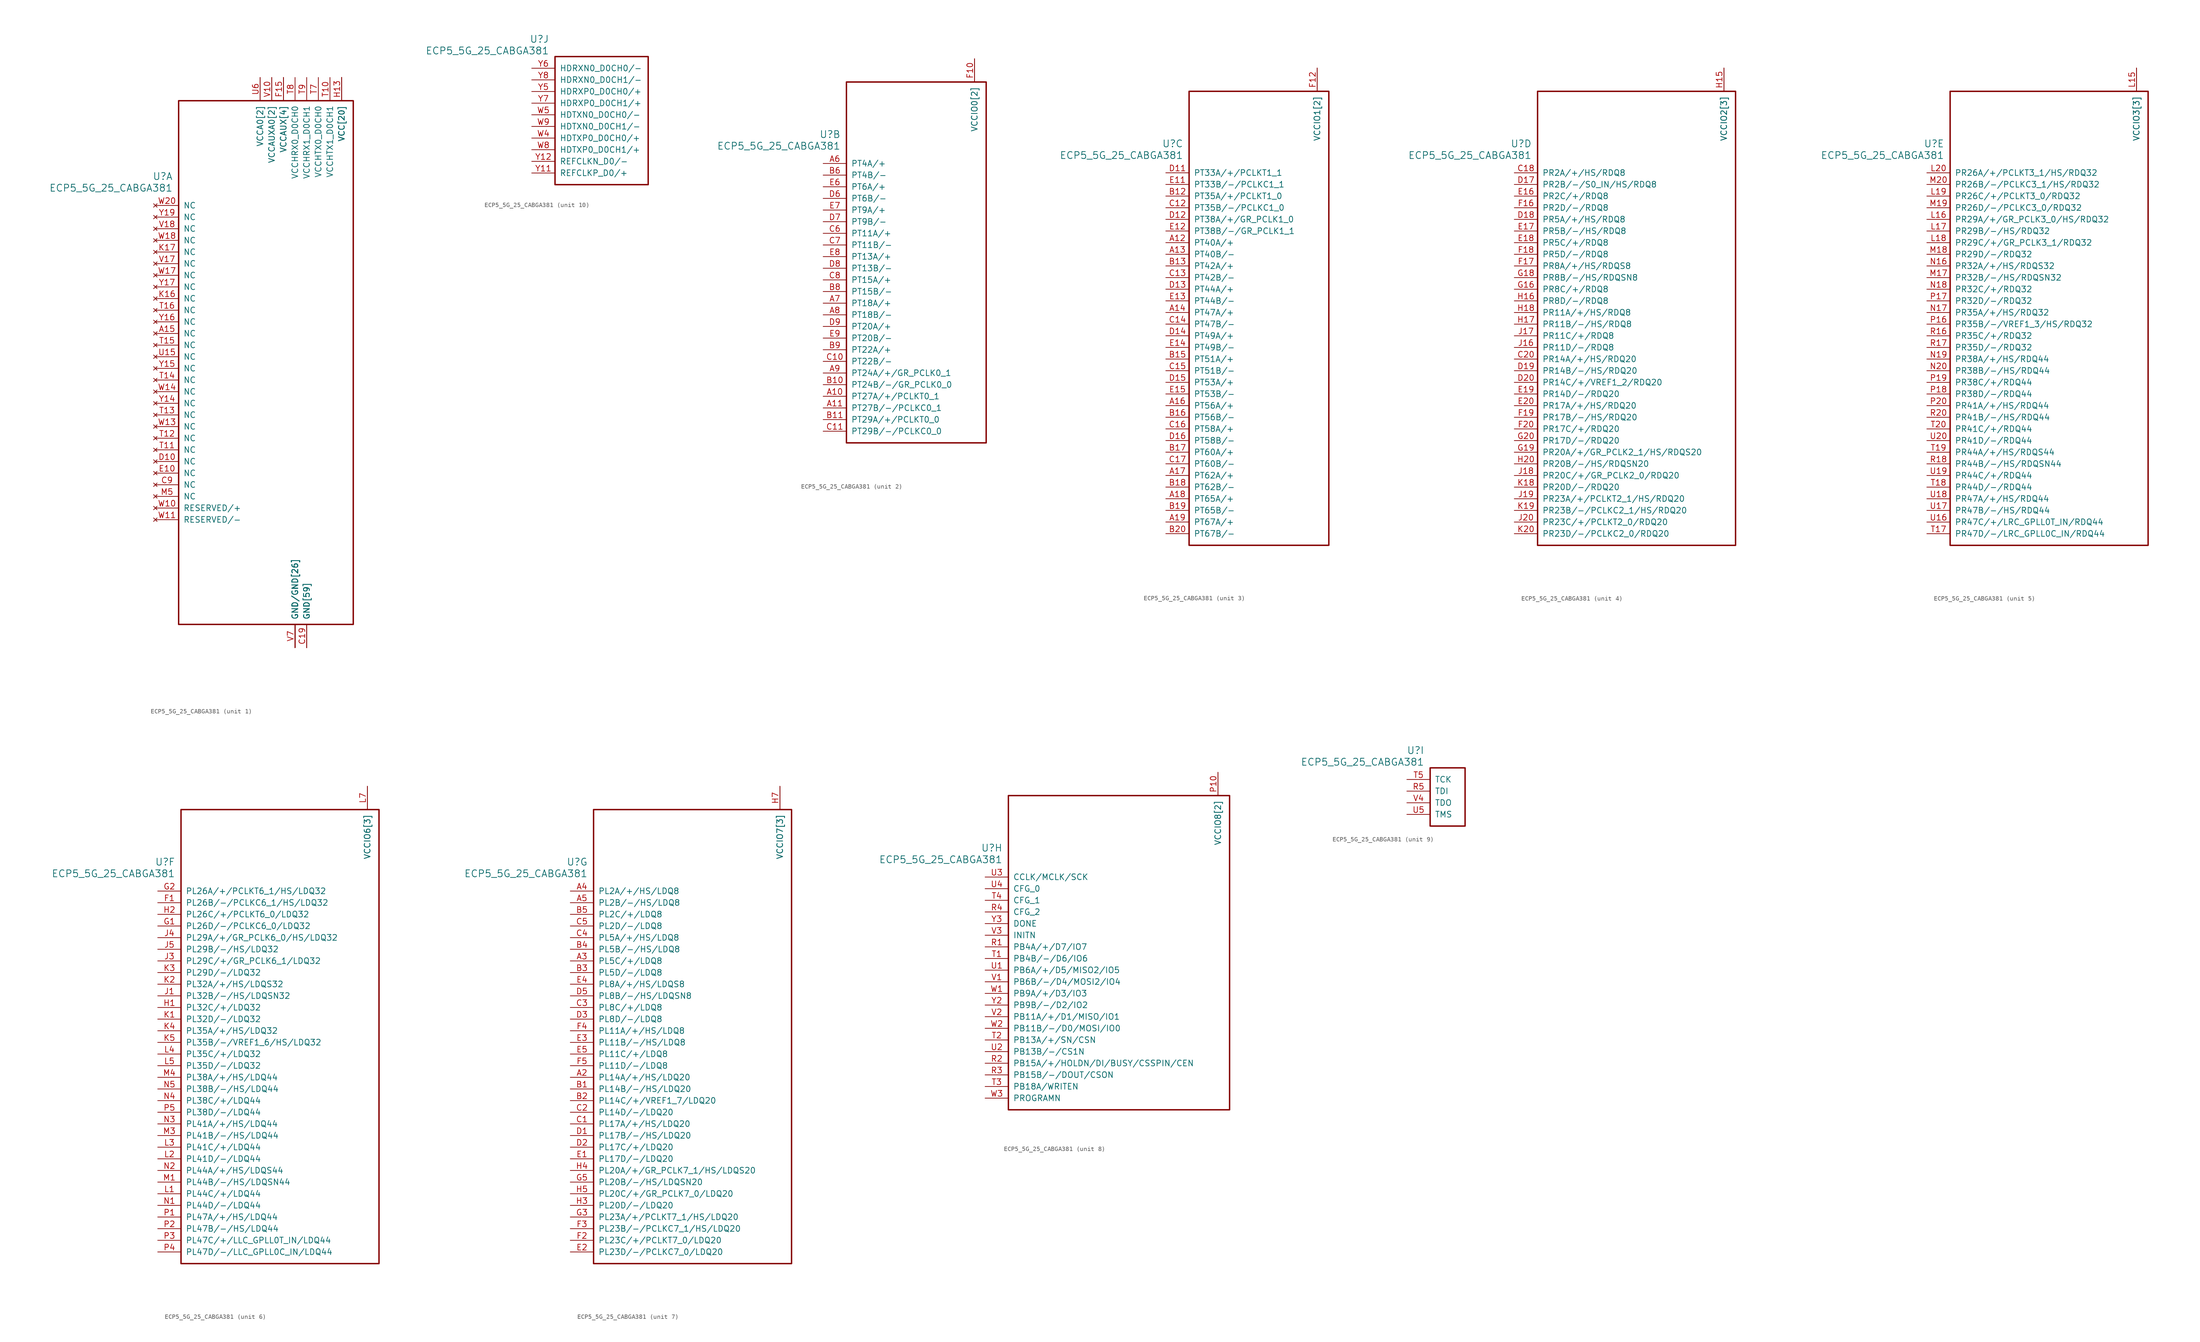
<source format=kicad_sym>
(kicad_symbol_lib
  (version 20241209)
  (generator "kicad_symbol_editor")
  (generator_version "9.0")
  (symbol "ECP5_5G_25_CABGA381"
    (pin_names
      (offset 1.016))
    (property "Reference" "U"
      (at 3.81 6.35 0)
      (effects (font (size 1.524 1.524)) (justify right)))
    (property "Value" "ECP5_5G_25_CABGA381"
      (at 3.81 3.81 0)
      (effects (font (size 1.524 1.524)) (justify right)))
    (property "ki_locked" ""
      (at 0 0 0)
      (effects (font (size 1.27 1.27))))
    (symbol "ECP5_5G_25_CABGA381_1_1"
      (rectangle (start 5.08 22.86) (end 43.18 -91.44) (stroke (width 0.305) (type solid)) (fill (type none)))
      (pin no_connect line (at 0 0 0) (length 5.08) (name "NC" (effects (font (size 1.27 1.27)))) (number "W20" (effects (font (size 1.27 1.27)))))
      (pin no_connect line (at 0 -2.54 0) (length 5.08) (name "NC" (effects (font (size 1.27 1.27)))) (number "Y19" (effects (font (size 1.27 1.27)))))
      (pin no_connect line (at 0 -5.08 0) (length 5.08) (name "NC" (effects (font (size 1.27 1.27)))) (number "V18" (effects (font (size 1.27 1.27)))))
      (pin no_connect line (at 0 -7.62 0) (length 5.08) (name "NC" (effects (font (size 1.27 1.27)))) (number "W18" (effects (font (size 1.27 1.27)))))
      (pin no_connect line (at 0 -10.16 0) (length 5.08) (name "NC" (effects (font (size 1.27 1.27)))) (number "K17" (effects (font (size 1.27 1.27)))))
      (pin no_connect line (at 0 -12.7 0) (length 5.08) (name "NC" (effects (font (size 1.27 1.27)))) (number "V17" (effects (font (size 1.27 1.27)))))
      (pin no_connect line (at 0 -15.24 0) (length 5.08) (name "NC" (effects (font (size 1.27 1.27)))) (number "W17" (effects (font (size 1.27 1.27)))))
      (pin no_connect line (at 0 -17.78 0) (length 5.08) (name "NC" (effects (font (size 1.27 1.27)))) (number "Y17" (effects (font (size 1.27 1.27)))))
      (pin no_connect line (at 0 -20.32 0) (length 5.08) (name "NC" (effects (font (size 1.27 1.27)))) (number "K16" (effects (font (size 1.27 1.27)))))
      (pin no_connect line (at 0 -22.86 0) (length 5.08) (name "NC" (effects (font (size 1.27 1.27)))) (number "T16" (effects (font (size 1.27 1.27)))))
      (pin no_connect line (at 0 -25.4 0) (length 5.08) (name "NC" (effects (font (size 1.27 1.27)))) (number "Y16" (effects (font (size 1.27 1.27)))))
      (pin no_connect line (at 0 -27.94 0) (length 5.08) (name "NC" (effects (font (size 1.27 1.27)))) (number "A15" (effects (font (size 1.27 1.27)))))
      (pin no_connect line (at 0 -30.48 0) (length 5.08) (name "NC" (effects (font (size 1.27 1.27)))) (number "T15" (effects (font (size 1.27 1.27)))))
      (pin no_connect line (at 0 -33.02 0) (length 5.08) (name "NC" (effects (font (size 1.27 1.27)))) (number "U15" (effects (font (size 1.27 1.27)))))
      (pin no_connect line (at 0 -35.56 0) (length 5.08) (name "NC" (effects (font (size 1.27 1.27)))) (number "Y15" (effects (font (size 1.27 1.27)))))
      (pin no_connect line (at 0 -38.1 0) (length 5.08) (name "NC" (effects (font (size 1.27 1.27)))) (number "T14" (effects (font (size 1.27 1.27)))))
      (pin no_connect line (at 0 -40.64 0) (length 5.08) (name "NC" (effects (font (size 1.27 1.27)))) (number "W14" (effects (font (size 1.27 1.27)))))
      (pin no_connect line (at 0 -43.18 0) (length 5.08) (name "NC" (effects (font (size 1.27 1.27)))) (number "Y14" (effects (font (size 1.27 1.27)))))
      (pin no_connect line (at 0 -45.72 0) (length 5.08) (name "NC" (effects (font (size 1.27 1.27)))) (number "T13" (effects (font (size 1.27 1.27)))))
      (pin no_connect line (at 0 -48.26 0) (length 5.08) (name "NC" (effects (font (size 1.27 1.27)))) (number "W13" (effects (font (size 1.27 1.27)))))
      (pin no_connect line (at 0 -50.8 0) (length 5.08) (name "NC" (effects (font (size 1.27 1.27)))) (number "T12" (effects (font (size 1.27 1.27)))))
      (pin no_connect line (at 0 -53.34 0) (length 5.08) (name "NC" (effects (font (size 1.27 1.27)))) (number "T11" (effects (font (size 1.27 1.27)))))
      (pin no_connect line (at 0 -55.88 0) (length 5.08) (name "NC" (effects (font (size 1.27 1.27)))) (number "D10" (effects (font (size 1.27 1.27)))))
      (pin no_connect line (at 0 -58.42 0) (length 5.08) (name "NC" (effects (font (size 1.27 1.27)))) (number "E10" (effects (font (size 1.27 1.27)))))
      (pin no_connect line (at 0 -60.96 0) (length 5.08) (name "NC" (effects (font (size 1.27 1.27)))) (number "C9" (effects (font (size 1.27 1.27)))))
      (pin no_connect line (at 0 -63.5 0) (length 5.08) (name "NC" (effects (font (size 1.27 1.27)))) (number "M5" (effects (font (size 1.27 1.27)))))
      (pin no_connect line (at 0 -66.04 0) (length 5.08) (name "RESERVED/+" (effects (font (size 1.27 1.27)))) (number "W10" (effects (font (size 1.27 1.27)))))
      (pin no_connect line (at 0 -68.58 0) (length 5.08) (name "RESERVED/-" (effects (font (size 1.27 1.27)))) (number "W11" (effects (font (size 1.27 1.27)))))
      (pin power_in line (at 22.86 27.94 270) (length 5.08) (name "VCCA0[2]" (effects (font (size 1.27 1.27)))) (number "T6" (effects (font (size 0 0)))))
      (pin power_in line (at 22.86 27.94 270) (length 5.08) (name "VCCA0[2]" (effects (font (size 1.27 1.27)))) (number "U6" (effects (font (size 1.27 1.27)))))
      (pin power_in line (at 25.4 27.94 270) (length 5.08) (name "VCCAUXA0[2]" (effects (font (size 1.27 1.27)))) (number "V10" (effects (font (size 1.27 1.27)))))
      (pin power_in line (at 25.4 27.94 270) (length 5.08) (name "VCCAUXA0[2]" (effects (font (size 1.27 1.27)))) (number "V11" (effects (font (size 0 0)))))
      (pin power_in line (at 27.94 27.94 270) (length 5.08) (name "VCCAUX[4]" (effects (font (size 1.27 1.27)))) (number "F15" (effects (font (size 1.27 1.27)))))
      (pin power_in line (at 27.94 27.94 270) (length 5.08) (name "VCCAUX[4]" (effects (font (size 1.27 1.27)))) (number "F6" (effects (font (size 0 0)))))
      (pin power_in line (at 27.94 27.94 270) (length 5.08) (name "VCCAUX[4]" (effects (font (size 1.27 1.27)))) (number "P15" (effects (font (size 0 0)))))
      (pin power_in line (at 27.94 27.94 270) (length 5.08) (name "VCCAUX[4]" (effects (font (size 1.27 1.27)))) (number "P6" (effects (font (size 0 0)))))
      (pin power_in line (at 30.48 27.94 270) (length 5.08) (name "VCCHRX0_D0CH0" (effects (font (size 1.27 1.27)))) (number "T8" (effects (font (size 1.27 1.27)))))
      (pin power_in line (at 30.48 -96.52 90) (length 5.08) (name "GND/GND[26]" (effects (font (size 1.27 1.27)))) (number "U10" (effects (font (size 0 0)))))
      (pin power_in line (at 30.48 -96.52 90) (length 5.08) (name "GND/GND[26]" (effects (font (size 1.27 1.27)))) (number "U11" (effects (font (size 0 0)))))
      (pin power_in line (at 30.48 -96.52 90) (length 5.08) (name "GND/GND[26]" (effects (font (size 1.27 1.27)))) (number "U12" (effects (font (size 0 0)))))
      (pin power_in line (at 30.48 -96.52 90) (length 5.08) (name "GND/GND[26]" (effects (font (size 1.27 1.27)))) (number "U13" (effects (font (size 0 0)))))
      (pin power_in line (at 30.48 -96.52 90) (length 5.08) (name "GND/GND[26]" (effects (font (size 1.27 1.27)))) (number "U14" (effects (font (size 0 0)))))
      (pin power_in line (at 30.48 -96.52 90) (length 5.08) (name "GND/GND[26]" (effects (font (size 1.27 1.27)))) (number "U7" (effects (font (size 0 0)))))
      (pin power_in line (at 30.48 -96.52 90) (length 5.08) (name "GND/GND[26]" (effects (font (size 1.27 1.27)))) (number "U8" (effects (font (size 0 0)))))
      (pin power_in line (at 30.48 -96.52 90) (length 5.08) (name "GND/GND[26]" (effects (font (size 1.27 1.27)))) (number "U9" (effects (font (size 0 0)))))
      (pin power_in line (at 30.48 -96.52 90) (length 5.08) (name "GND/GND[26]" (effects (font (size 1.27 1.27)))) (number "V12" (effects (font (size 0 0)))))
      (pin power_in line (at 30.48 -96.52 90) (length 5.08) (name "GND/GND[26]" (effects (font (size 1.27 1.27)))) (number "V13" (effects (font (size 0 0)))))
      (pin power_in line (at 30.48 -96.52 90) (length 5.08) (name "GND/GND[26]" (effects (font (size 1.27 1.27)))) (number "V14" (effects (font (size 0 0)))))
      (pin power_in line (at 30.48 -96.52 90) (length 5.08) (name "GND/GND[26]" (effects (font (size 1.27 1.27)))) (number "V15" (effects (font (size 0 0)))))
      (pin power_in line (at 30.48 -96.52 90) (length 5.08) (name "GND/GND[26]" (effects (font (size 1.27 1.27)))) (number "V16" (effects (font (size 0 0)))))
      (pin power_in line (at 30.48 -96.52 90) (length 5.08) (name "GND/GND[26]" (effects (font (size 1.27 1.27)))) (number "V19" (effects (font (size 0 0)))))
      (pin power_in line (at 30.48 -96.52 90) (length 5.08) (name "GND/GND[26]" (effects (font (size 1.27 1.27)))) (number "V20" (effects (font (size 0 0)))))
      (pin power_in line (at 30.48 -96.52 90) (length 5.08) (name "GND/GND[26]" (effects (font (size 1.27 1.27)))) (number "V5" (effects (font (size 0 0)))))
      (pin power_in line (at 30.48 -96.52 90) (length 5.08) (name "GND/GND[26]" (effects (font (size 1.27 1.27)))) (number "V6" (effects (font (size 0 0)))))
      (pin power_in line (at 30.48 -96.52 90) (length 5.08) (name "GND/GND[26]" (effects (font (size 1.27 1.27)))) (number "V7" (effects (font (size 1.27 1.27)))))
      (pin power_in line (at 30.48 -96.52 90) (length 5.08) (name "GND/GND[26]" (effects (font (size 1.27 1.27)))) (number "V8" (effects (font (size 0 0)))))
      (pin power_in line (at 30.48 -96.52 90) (length 5.08) (name "GND/GND[26]" (effects (font (size 1.27 1.27)))) (number "V9" (effects (font (size 0 0)))))
      (pin power_in line (at 30.48 -96.52 90) (length 5.08) (name "GND/GND[26]" (effects (font (size 1.27 1.27)))) (number "W12" (effects (font (size 0 0)))))
      (pin power_in line (at 30.48 -96.52 90) (length 5.08) (name "GND/GND[26]" (effects (font (size 1.27 1.27)))) (number "W15" (effects (font (size 0 0)))))
      (pin power_in line (at 30.48 -96.52 90) (length 5.08) (name "GND/GND[26]" (effects (font (size 1.27 1.27)))) (number "W16" (effects (font (size 0 0)))))
      (pin power_in line (at 30.48 -96.52 90) (length 5.08) (name "GND/GND[26]" (effects (font (size 1.27 1.27)))) (number "W19" (effects (font (size 0 0)))))
      (pin power_in line (at 30.48 -96.52 90) (length 5.08) (name "GND/GND[26]" (effects (font (size 1.27 1.27)))) (number "W6" (effects (font (size 0 0)))))
      (pin power_in line (at 30.48 -96.52 90) (length 5.08) (name "GND/GND[26]" (effects (font (size 1.27 1.27)))) (number "W7" (effects (font (size 0 0)))))
      (pin power_in line (at 33.02 27.94 270) (length 5.08) (name "VCCHRX1_D0CH1" (effects (font (size 1.27 1.27)))) (number "T9" (effects (font (size 1.27 1.27)))))
      (pin power_in line (at 33.02 -96.52 90) (length 5.08) (name "GND[59]" (effects (font (size 1.27 1.27)))) (number "B14" (effects (font (size 0 0)))))
      (pin power_in line (at 33.02 -96.52 90) (length 5.08) (name "GND[59]" (effects (font (size 1.27 1.27)))) (number "B7" (effects (font (size 0 0)))))
      (pin power_in line (at 33.02 -96.52 90) (length 5.08) (name "GND[59]" (effects (font (size 1.27 1.27)))) (number "C19" (effects (font (size 1.27 1.27)))))
      (pin power_in line (at 33.02 -96.52 90) (length 5.08) (name "GND[59]" (effects (font (size 1.27 1.27)))) (number "D4" (effects (font (size 0 0)))))
      (pin power_in line (at 33.02 -96.52 90) (length 5.08) (name "GND[59]" (effects (font (size 1.27 1.27)))) (number "F13" (effects (font (size 0 0)))))
      (pin power_in line (at 33.02 -96.52 90) (length 5.08) (name "GND[59]" (effects (font (size 1.27 1.27)))) (number "F14" (effects (font (size 0 0)))))
      (pin power_in line (at 33.02 -96.52 90) (length 5.08) (name "GND[59]" (effects (font (size 1.27 1.27)))) (number "F7" (effects (font (size 0 0)))))
      (pin power_in line (at 33.02 -96.52 90) (length 5.08) (name "GND[59]" (effects (font (size 1.27 1.27)))) (number "F8" (effects (font (size 0 0)))))
      (pin power_in line (at 33.02 -96.52 90) (length 5.08) (name "GND[59]" (effects (font (size 1.27 1.27)))) (number "G10" (effects (font (size 0 0)))))
      (pin power_in line (at 33.02 -96.52 90) (length 5.08) (name "GND[59]" (effects (font (size 1.27 1.27)))) (number "G11" (effects (font (size 0 0)))))
      (pin power_in line (at 33.02 -96.52 90) (length 5.08) (name "GND[59]" (effects (font (size 1.27 1.27)))) (number "G12" (effects (font (size 0 0)))))
      (pin power_in line (at 33.02 -96.52 90) (length 5.08) (name "GND[59]" (effects (font (size 1.27 1.27)))) (number "G13" (effects (font (size 0 0)))))
      (pin power_in line (at 33.02 -96.52 90) (length 5.08) (name "GND[59]" (effects (font (size 1.27 1.27)))) (number "G14" (effects (font (size 0 0)))))
      (pin power_in line (at 33.02 -96.52 90) (length 5.08) (name "GND[59]" (effects (font (size 1.27 1.27)))) (number "G15" (effects (font (size 0 0)))))
      (pin power_in line (at 33.02 -96.52 90) (length 5.08) (name "GND[59]" (effects (font (size 1.27 1.27)))) (number "G17" (effects (font (size 0 0)))))
      (pin power_in line (at 33.02 -96.52 90) (length 5.08) (name "GND[59]" (effects (font (size 1.27 1.27)))) (number "G4" (effects (font (size 0 0)))))
      (pin power_in line (at 33.02 -96.52 90) (length 5.08) (name "GND[59]" (effects (font (size 1.27 1.27)))) (number "G6" (effects (font (size 0 0)))))
      (pin power_in line (at 33.02 -96.52 90) (length 5.08) (name "GND[59]" (effects (font (size 1.27 1.27)))) (number "G7" (effects (font (size 0 0)))))
      (pin power_in line (at 33.02 -96.52 90) (length 5.08) (name "GND[59]" (effects (font (size 1.27 1.27)))) (number "G8" (effects (font (size 0 0)))))
      (pin power_in line (at 33.02 -96.52 90) (length 5.08) (name "GND[59]" (effects (font (size 1.27 1.27)))) (number "G9" (effects (font (size 0 0)))))
      (pin power_in line (at 33.02 -96.52 90) (length 5.08) (name "GND[59]" (effects (font (size 1.27 1.27)))) (number "H19" (effects (font (size 0 0)))))
      (pin power_in line (at 33.02 -96.52 90) (length 5.08) (name "GND[59]" (effects (font (size 1.27 1.27)))) (number "J10" (effects (font (size 0 0)))))
      (pin power_in line (at 33.02 -96.52 90) (length 5.08) (name "GND[59]" (effects (font (size 1.27 1.27)))) (number "J11" (effects (font (size 0 0)))))
      (pin power_in line (at 33.02 -96.52 90) (length 5.08) (name "GND[59]" (effects (font (size 1.27 1.27)))) (number "J12" (effects (font (size 0 0)))))
      (pin power_in line (at 33.02 -96.52 90) (length 5.08) (name "GND[59]" (effects (font (size 1.27 1.27)))) (number "J14" (effects (font (size 0 0)))))
      (pin power_in line (at 33.02 -96.52 90) (length 5.08) (name "GND[59]" (effects (font (size 1.27 1.27)))) (number "J2" (effects (font (size 0 0)))))
      (pin power_in line (at 33.02 -96.52 90) (length 5.08) (name "GND[59]" (effects (font (size 1.27 1.27)))) (number "J7" (effects (font (size 0 0)))))
      (pin power_in line (at 33.02 -96.52 90) (length 5.08) (name "GND[59]" (effects (font (size 1.27 1.27)))) (number "J9" (effects (font (size 0 0)))))
      (pin power_in line (at 33.02 -96.52 90) (length 5.08) (name "GND[59]" (effects (font (size 1.27 1.27)))) (number "K10" (effects (font (size 0 0)))))
      (pin power_in line (at 33.02 -96.52 90) (length 5.08) (name "GND[59]" (effects (font (size 1.27 1.27)))) (number "K11" (effects (font (size 0 0)))))
      (pin power_in line (at 33.02 -96.52 90) (length 5.08) (name "GND[59]" (effects (font (size 1.27 1.27)))) (number "K12" (effects (font (size 0 0)))))
      (pin power_in line (at 33.02 -96.52 90) (length 5.08) (name "GND[59]" (effects (font (size 1.27 1.27)))) (number "K14" (effects (font (size 0 0)))))
      (pin power_in line (at 33.02 -96.52 90) (length 5.08) (name "GND[59]" (effects (font (size 1.27 1.27)))) (number "K15" (effects (font (size 0 0)))))
      (pin power_in line (at 33.02 -96.52 90) (length 5.08) (name "GND[59]" (effects (font (size 1.27 1.27)))) (number "K6" (effects (font (size 0 0)))))
      (pin power_in line (at 33.02 -96.52 90) (length 5.08) (name "GND[59]" (effects (font (size 1.27 1.27)))) (number "K7" (effects (font (size 0 0)))))
      (pin power_in line (at 33.02 -96.52 90) (length 5.08) (name "GND[59]" (effects (font (size 1.27 1.27)))) (number "K9" (effects (font (size 0 0)))))
      (pin power_in line (at 33.02 -96.52 90) (length 5.08) (name "GND[59]" (effects (font (size 1.27 1.27)))) (number "L10" (effects (font (size 0 0)))))
      (pin power_in line (at 33.02 -96.52 90) (length 5.08) (name "GND[59]" (effects (font (size 1.27 1.27)))) (number "L11" (effects (font (size 0 0)))))
      (pin power_in line (at 33.02 -96.52 90) (length 5.08) (name "GND[59]" (effects (font (size 1.27 1.27)))) (number "L12" (effects (font (size 0 0)))))
      (pin power_in line (at 33.02 -96.52 90) (length 5.08) (name "GND[59]" (effects (font (size 1.27 1.27)))) (number "L9" (effects (font (size 0 0)))))
      (pin power_in line (at 33.02 -96.52 90) (length 5.08) (name "GND[59]" (effects (font (size 1.27 1.27)))) (number "M10" (effects (font (size 0 0)))))
      (pin power_in line (at 33.02 -96.52 90) (length 5.08) (name "GND[59]" (effects (font (size 1.27 1.27)))) (number "M11" (effects (font (size 0 0)))))
      (pin power_in line (at 33.02 -96.52 90) (length 5.08) (name "GND[59]" (effects (font (size 1.27 1.27)))) (number "M12" (effects (font (size 0 0)))))
      (pin power_in line (at 33.02 -96.52 90) (length 5.08) (name "GND[59]" (effects (font (size 1.27 1.27)))) (number "M14" (effects (font (size 0 0)))))
      (pin power_in line (at 33.02 -96.52 90) (length 5.08) (name "GND[59]" (effects (font (size 1.27 1.27)))) (number "M16" (effects (font (size 0 0)))))
      (pin power_in line (at 33.02 -96.52 90) (length 5.08) (name "GND[59]" (effects (font (size 1.27 1.27)))) (number "M2" (effects (font (size 0 0)))))
      (pin power_in line (at 33.02 -96.52 90) (length 5.08) (name "GND[59]" (effects (font (size 1.27 1.27)))) (number "M7" (effects (font (size 0 0)))))
      (pin power_in line (at 33.02 -96.52 90) (length 5.08) (name "GND[59]" (effects (font (size 1.27 1.27)))) (number "M9" (effects (font (size 0 0)))))
      (pin power_in line (at 33.02 -96.52 90) (length 5.08) (name "GND[59]" (effects (font (size 1.27 1.27)))) (number "N14" (effects (font (size 0 0)))))
      (pin power_in line (at 33.02 -96.52 90) (length 5.08) (name "GND[59]" (effects (font (size 1.27 1.27)))) (number "N15" (effects (font (size 0 0)))))
      (pin power_in line (at 33.02 -96.52 90) (length 5.08) (name "GND[59]" (effects (font (size 1.27 1.27)))) (number "N6" (effects (font (size 0 0)))))
      (pin power_in line (at 33.02 -96.52 90) (length 5.08) (name "GND[59]" (effects (font (size 1.27 1.27)))) (number "N7" (effects (font (size 0 0)))))
      (pin power_in line (at 33.02 -96.52 90) (length 5.08) (name "GND[59]" (effects (font (size 1.27 1.27)))) (number "P11" (effects (font (size 0 0)))))
      (pin power_in line (at 33.02 -96.52 90) (length 5.08) (name "GND[59]" (effects (font (size 1.27 1.27)))) (number "P12" (effects (font (size 0 0)))))
      (pin power_in line (at 33.02 -96.52 90) (length 5.08) (name "GND[59]" (effects (font (size 1.27 1.27)))) (number "P13" (effects (font (size 0 0)))))
      (pin power_in line (at 33.02 -96.52 90) (length 5.08) (name "GND[59]" (effects (font (size 1.27 1.27)))) (number "P14" (effects (font (size 0 0)))))
      (pin power_in line (at 33.02 -96.52 90) (length 5.08) (name "GND[59]" (effects (font (size 1.27 1.27)))) (number "P7" (effects (font (size 0 0)))))
      (pin power_in line (at 33.02 -96.52 90) (length 5.08) (name "GND[59]" (effects (font (size 1.27 1.27)))) (number "P8" (effects (font (size 0 0)))))
      (pin power_in line (at 33.02 -96.52 90) (length 5.08) (name "GND[59]" (effects (font (size 1.27 1.27)))) (number "R19" (effects (font (size 0 0)))))
      (pin power_in line (at 35.56 27.94 270) (length 5.08) (name "VCCHTX0_D0CH0" (effects (font (size 1.27 1.27)))) (number "T7" (effects (font (size 1.27 1.27)))))
      (pin power_in line (at 38.1 27.94 270) (length 5.08) (name "VCCHTX1_D0CH1" (effects (font (size 1.27 1.27)))) (number "T10" (effects (font (size 1.27 1.27)))))
      (pin power_in line (at 40.64 27.94 270) (length 5.08) (name "VCC[20]" (effects (font (size 1.27 1.27)))) (number "H10" (effects (font (size 0 0)))))
      (pin power_in line (at 40.64 27.94 270) (length 5.08) (name "VCC[20]" (effects (font (size 1.27 1.27)))) (number "H11" (effects (font (size 0 0)))))
      (pin power_in line (at 40.64 27.94 270) (length 5.08) (name "VCC[20]" (effects (font (size 1.27 1.27)))) (number "H12" (effects (font (size 0 0)))))
      (pin power_in line (at 40.64 27.94 270) (length 5.08) (name "VCC[20]" (effects (font (size 1.27 1.27)))) (number "H13" (effects (font (size 1.27 1.27)))))
      (pin power_in line (at 40.64 27.94 270) (length 5.08) (name "VCC[20]" (effects (font (size 1.27 1.27)))) (number "H8" (effects (font (size 0 0)))))
      (pin power_in line (at 40.64 27.94 270) (length 5.08) (name "VCC[20]" (effects (font (size 1.27 1.27)))) (number "H9" (effects (font (size 0 0)))))
      (pin power_in line (at 40.64 27.94 270) (length 5.08) (name "VCC[20]" (effects (font (size 1.27 1.27)))) (number "J13" (effects (font (size 0 0)))))
      (pin power_in line (at 40.64 27.94 270) (length 5.08) (name "VCC[20]" (effects (font (size 1.27 1.27)))) (number "J8" (effects (font (size 0 0)))))
      (pin power_in line (at 40.64 27.94 270) (length 5.08) (name "VCC[20]" (effects (font (size 1.27 1.27)))) (number "K13" (effects (font (size 0 0)))))
      (pin power_in line (at 40.64 27.94 270) (length 5.08) (name "VCC[20]" (effects (font (size 1.27 1.27)))) (number "K8" (effects (font (size 0 0)))))
      (pin power_in line (at 40.64 27.94 270) (length 5.08) (name "VCC[20]" (effects (font (size 1.27 1.27)))) (number "L13" (effects (font (size 0 0)))))
      (pin power_in line (at 40.64 27.94 270) (length 5.08) (name "VCC[20]" (effects (font (size 1.27 1.27)))) (number "L8" (effects (font (size 0 0)))))
      (pin power_in line (at 40.64 27.94 270) (length 5.08) (name "VCC[20]" (effects (font (size 1.27 1.27)))) (number "M13" (effects (font (size 0 0)))))
      (pin power_in line (at 40.64 27.94 270) (length 5.08) (name "VCC[20]" (effects (font (size 1.27 1.27)))) (number "M8" (effects (font (size 0 0)))))
      (pin power_in line (at 40.64 27.94 270) (length 5.08) (name "VCC[20]" (effects (font (size 1.27 1.27)))) (number "N10" (effects (font (size 0 0)))))
      (pin power_in line (at 40.64 27.94 270) (length 5.08) (name "VCC[20]" (effects (font (size 1.27 1.27)))) (number "N11" (effects (font (size 0 0)))))
      (pin power_in line (at 40.64 27.94 270) (length 5.08) (name "VCC[20]" (effects (font (size 1.27 1.27)))) (number "N12" (effects (font (size 0 0)))))
      (pin power_in line (at 40.64 27.94 270) (length 5.08) (name "VCC[20]" (effects (font (size 1.27 1.27)))) (number "N13" (effects (font (size 0 0)))))
      (pin power_in line (at 40.64 27.94 270) (length 5.08) (name "VCC[20]" (effects (font (size 1.27 1.27)))) (number "N8" (effects (font (size 0 0)))))
      (pin power_in line (at 40.64 27.94 270) (length 5.08) (name "VCC[20]" (effects (font (size 1.27 1.27)))) (number "N9" (effects (font (size 0 0))))))
    (symbol "ECP5_5G_25_CABGA381_2_1"
      (rectangle (start 5.08 17.78) (end 35.56 -60.96) (stroke (width 0.305) (type solid)) (fill (type none)))
      (pin bidirectional line (at 0 0 0) (length 5.08) (name "PT4A/+" (effects (font (size 1.27 1.27)))) (number "A6" (effects (font (size 1.27 1.27)))))
      (pin bidirectional line (at 0 -2.54 0) (length 5.08) (name "PT4B/-" (effects (font (size 1.27 1.27)))) (number "B6" (effects (font (size 1.27 1.27)))))
      (pin bidirectional line (at 0 -5.08 0) (length 5.08) (name "PT6A/+" (effects (font (size 1.27 1.27)))) (number "E6" (effects (font (size 1.27 1.27)))))
      (pin bidirectional line (at 0 -7.62 0) (length 5.08) (name "PT6B/-" (effects (font (size 1.27 1.27)))) (number "D6" (effects (font (size 1.27 1.27)))))
      (pin bidirectional line (at 0 -10.16 0) (length 5.08) (name "PT9A/+" (effects (font (size 1.27 1.27)))) (number "E7" (effects (font (size 1.27 1.27)))))
      (pin bidirectional line (at 0 -12.7 0) (length 5.08) (name "PT9B/-" (effects (font (size 1.27 1.27)))) (number "D7" (effects (font (size 1.27 1.27)))))
      (pin bidirectional line (at 0 -15.24 0) (length 5.08) (name "PT11A/+" (effects (font (size 1.27 1.27)))) (number "C6" (effects (font (size 1.27 1.27)))))
      (pin bidirectional line (at 0 -17.78 0) (length 5.08) (name "PT11B/-" (effects (font (size 1.27 1.27)))) (number "C7" (effects (font (size 1.27 1.27)))))
      (pin bidirectional line (at 0 -20.32 0) (length 5.08) (name "PT13A/+" (effects (font (size 1.27 1.27)))) (number "E8" (effects (font (size 1.27 1.27)))))
      (pin bidirectional line (at 0 -22.86 0) (length 5.08) (name "PT13B/-" (effects (font (size 1.27 1.27)))) (number "D8" (effects (font (size 1.27 1.27)))))
      (pin bidirectional line (at 0 -25.4 0) (length 5.08) (name "PT15A/+" (effects (font (size 1.27 1.27)))) (number "C8" (effects (font (size 1.27 1.27)))))
      (pin bidirectional line (at 0 -27.94 0) (length 5.08) (name "PT15B/-" (effects (font (size 1.27 1.27)))) (number "B8" (effects (font (size 1.27 1.27)))))
      (pin bidirectional line (at 0 -30.48 0) (length 5.08) (name "PT18A/+" (effects (font (size 1.27 1.27)))) (number "A7" (effects (font (size 1.27 1.27)))))
      (pin bidirectional line (at 0 -33.02 0) (length 5.08) (name "PT18B/-" (effects (font (size 1.27 1.27)))) (number "A8" (effects (font (size 1.27 1.27)))))
      (pin bidirectional line (at 0 -35.56 0) (length 5.08) (name "PT20A/+" (effects (font (size 1.27 1.27)))) (number "D9" (effects (font (size 1.27 1.27)))))
      (pin bidirectional line (at 0 -38.1 0) (length 5.08) (name "PT20B/-" (effects (font (size 1.27 1.27)))) (number "E9" (effects (font (size 1.27 1.27)))))
      (pin bidirectional line (at 0 -40.64 0) (length 5.08) (name "PT22A/+" (effects (font (size 1.27 1.27)))) (number "B9" (effects (font (size 1.27 1.27)))))
      (pin bidirectional line (at 0 -43.18 0) (length 5.08) (name "PT22B/-" (effects (font (size 1.27 1.27)))) (number "C10" (effects (font (size 1.27 1.27)))))
      (pin bidirectional line (at 0 -45.72 0) (length 5.08) (name "PT24A/+/GR_PCLK0_1" (effects (font (size 1.27 1.27)))) (number "A9" (effects (font (size 1.27 1.27)))))
      (pin bidirectional line (at 0 -48.26 0) (length 5.08) (name "PT24B/-/GR_PCLK0_0" (effects (font (size 1.27 1.27)))) (number "B10" (effects (font (size 1.27 1.27)))))
      (pin bidirectional line (at 0 -50.8 0) (length 5.08) (name "PT27A/+/PCLKT0_1" (effects (font (size 1.27 1.27)))) (number "A10" (effects (font (size 1.27 1.27)))))
      (pin bidirectional line (at 0 -53.34 0) (length 5.08) (name "PT27B/-/PCLKC0_1" (effects (font (size 1.27 1.27)))) (number "A11" (effects (font (size 1.27 1.27)))))
      (pin bidirectional line (at 0 -55.88 0) (length 5.08) (name "PT29A/+/PCLKT0_0" (effects (font (size 1.27 1.27)))) (number "B11" (effects (font (size 1.27 1.27)))))
      (pin bidirectional line (at 0 -58.42 0) (length 5.08) (name "PT29B/-/PCLKC0_0" (effects (font (size 1.27 1.27)))) (number "C11" (effects (font (size 1.27 1.27)))))
      (pin power_in line (at 33.02 22.86 270) (length 5.08) (name "VCCIO0[2]" (effects (font (size 1.27 1.27)))) (number "F10" (effects (font (size 1.27 1.27)))))
      (pin power_in line (at 33.02 22.86 270) (length 5.08) (name "VCCIO0[2]" (effects (font (size 1.27 1.27)))) (number "F9" (effects (font (size 0 0))))))
    (symbol "ECP5_5G_25_CABGA381_3_1"
      (rectangle (start 5.08 17.78) (end 35.56 -81.28) (stroke (width 0.305) (type solid)) (fill (type none)))
      (pin bidirectional line (at 0 0 0) (length 5.08) (name "PT33A/+/PCLKT1_1" (effects (font (size 1.27 1.27)))) (number "D11" (effects (font (size 1.27 1.27)))))
      (pin bidirectional line (at 0 -2.54 0) (length 5.08) (name "PT33B/-/PCLKC1_1" (effects (font (size 1.27 1.27)))) (number "E11" (effects (font (size 1.27 1.27)))))
      (pin bidirectional line (at 0 -5.08 0) (length 5.08) (name "PT35A/+/PCLKT1_0" (effects (font (size 1.27 1.27)))) (number "B12" (effects (font (size 1.27 1.27)))))
      (pin bidirectional line (at 0 -7.62 0) (length 5.08) (name "PT35B/-/PCLKC1_0" (effects (font (size 1.27 1.27)))) (number "C12" (effects (font (size 1.27 1.27)))))
      (pin bidirectional line (at 0 -10.16 0) (length 5.08) (name "PT38A/+/GR_PCLK1_0" (effects (font (size 1.27 1.27)))) (number "D12" (effects (font (size 1.27 1.27)))))
      (pin bidirectional line (at 0 -12.7 0) (length 5.08) (name "PT38B/-/GR_PCLK1_1" (effects (font (size 1.27 1.27)))) (number "E12" (effects (font (size 1.27 1.27)))))
      (pin bidirectional line (at 0 -15.24 0) (length 5.08) (name "PT40A/+" (effects (font (size 1.27 1.27)))) (number "A12" (effects (font (size 1.27 1.27)))))
      (pin bidirectional line (at 0 -17.78 0) (length 5.08) (name "PT40B/-" (effects (font (size 1.27 1.27)))) (number "A13" (effects (font (size 1.27 1.27)))))
      (pin bidirectional line (at 0 -20.32 0) (length 5.08) (name "PT42A/+" (effects (font (size 1.27 1.27)))) (number "B13" (effects (font (size 1.27 1.27)))))
      (pin bidirectional line (at 0 -22.86 0) (length 5.08) (name "PT42B/-" (effects (font (size 1.27 1.27)))) (number "C13" (effects (font (size 1.27 1.27)))))
      (pin bidirectional line (at 0 -25.4 0) (length 5.08) (name "PT44A/+" (effects (font (size 1.27 1.27)))) (number "D13" (effects (font (size 1.27 1.27)))))
      (pin bidirectional line (at 0 -27.94 0) (length 5.08) (name "PT44B/-" (effects (font (size 1.27 1.27)))) (number "E13" (effects (font (size 1.27 1.27)))))
      (pin bidirectional line (at 0 -30.48 0) (length 5.08) (name "PT47A/+" (effects (font (size 1.27 1.27)))) (number "A14" (effects (font (size 1.27 1.27)))))
      (pin bidirectional line (at 0 -33.02 0) (length 5.08) (name "PT47B/-" (effects (font (size 1.27 1.27)))) (number "C14" (effects (font (size 1.27 1.27)))))
      (pin bidirectional line (at 0 -35.56 0) (length 5.08) (name "PT49A/+" (effects (font (size 1.27 1.27)))) (number "D14" (effects (font (size 1.27 1.27)))))
      (pin bidirectional line (at 0 -38.1 0) (length 5.08) (name "PT49B/-" (effects (font (size 1.27 1.27)))) (number "E14" (effects (font (size 1.27 1.27)))))
      (pin bidirectional line (at 0 -40.64 0) (length 5.08) (name "PT51A/+" (effects (font (size 1.27 1.27)))) (number "B15" (effects (font (size 1.27 1.27)))))
      (pin bidirectional line (at 0 -43.18 0) (length 5.08) (name "PT51B/-" (effects (font (size 1.27 1.27)))) (number "C15" (effects (font (size 1.27 1.27)))))
      (pin bidirectional line (at 0 -45.72 0) (length 5.08) (name "PT53A/+" (effects (font (size 1.27 1.27)))) (number "D15" (effects (font (size 1.27 1.27)))))
      (pin bidirectional line (at 0 -48.26 0) (length 5.08) (name "PT53B/-" (effects (font (size 1.27 1.27)))) (number "E15" (effects (font (size 1.27 1.27)))))
      (pin bidirectional line (at 0 -50.8 0) (length 5.08) (name "PT56A/+" (effects (font (size 1.27 1.27)))) (number "A16" (effects (font (size 1.27 1.27)))))
      (pin bidirectional line (at 0 -53.34 0) (length 5.08) (name "PT56B/-" (effects (font (size 1.27 1.27)))) (number "B16" (effects (font (size 1.27 1.27)))))
      (pin bidirectional line (at 0 -55.88 0) (length 5.08) (name "PT58A/+" (effects (font (size 1.27 1.27)))) (number "C16" (effects (font (size 1.27 1.27)))))
      (pin bidirectional line (at 0 -58.42 0) (length 5.08) (name "PT58B/-" (effects (font (size 1.27 1.27)))) (number "D16" (effects (font (size 1.27 1.27)))))
      (pin bidirectional line (at 0 -60.96 0) (length 5.08) (name "PT60A/+" (effects (font (size 1.27 1.27)))) (number "B17" (effects (font (size 1.27 1.27)))))
      (pin bidirectional line (at 0 -63.5 0) (length 5.08) (name "PT60B/-" (effects (font (size 1.27 1.27)))) (number "C17" (effects (font (size 1.27 1.27)))))
      (pin bidirectional line (at 0 -66.04 0) (length 5.08) (name "PT62A/+" (effects (font (size 1.27 1.27)))) (number "A17" (effects (font (size 1.27 1.27)))))
      (pin bidirectional line (at 0 -68.58 0) (length 5.08) (name "PT62B/-" (effects (font (size 1.27 1.27)))) (number "B18" (effects (font (size 1.27 1.27)))))
      (pin bidirectional line (at 0 -71.12 0) (length 5.08) (name "PT65A/+" (effects (font (size 1.27 1.27)))) (number "A18" (effects (font (size 1.27 1.27)))))
      (pin bidirectional line (at 0 -73.66 0) (length 5.08) (name "PT65B/-" (effects (font (size 1.27 1.27)))) (number "B19" (effects (font (size 1.27 1.27)))))
      (pin bidirectional line (at 0 -76.2 0) (length 5.08) (name "PT67A/+" (effects (font (size 1.27 1.27)))) (number "A19" (effects (font (size 1.27 1.27)))))
      (pin bidirectional line (at 0 -78.74 0) (length 5.08) (name "PT67B/-" (effects (font (size 1.27 1.27)))) (number "B20" (effects (font (size 1.27 1.27)))))
      (pin power_in line (at 33.02 22.86 270) (length 5.08) (name "VCCIO1[2]" (effects (font (size 1.27 1.27)))) (number "F11" (effects (font (size 0 0)))))
      (pin power_in line (at 33.02 22.86 270) (length 5.08) (name "VCCIO1[2]" (effects (font (size 1.27 1.27)))) (number "F12" (effects (font (size 1.27 1.27))))))
    (symbol "ECP5_5G_25_CABGA381_4_1"
      (rectangle (start 5.08 17.78) (end 48.26 -81.28) (stroke (width 0.305) (type solid)) (fill (type none)))
      (pin bidirectional line (at 0 0 0) (length 5.08) (name "PR2A/+/HS/RDQ8" (effects (font (size 1.27 1.27)))) (number "C18" (effects (font (size 1.27 1.27)))))
      (pin bidirectional line (at 0 -2.54 0) (length 5.08) (name "PR2B/-/S0_IN/HS/RDQ8" (effects (font (size 1.27 1.27)))) (number "D17" (effects (font (size 1.27 1.27)))))
      (pin bidirectional line (at 0 -5.08 0) (length 5.08) (name "PR2C/+/RDQ8" (effects (font (size 1.27 1.27)))) (number "E16" (effects (font (size 1.27 1.27)))))
      (pin bidirectional line (at 0 -7.62 0) (length 5.08) (name "PR2D/-/RDQ8" (effects (font (size 1.27 1.27)))) (number "F16" (effects (font (size 1.27 1.27)))))
      (pin bidirectional line (at 0 -10.16 0) (length 5.08) (name "PR5A/+/HS/RDQ8" (effects (font (size 1.27 1.27)))) (number "D18" (effects (font (size 1.27 1.27)))))
      (pin bidirectional line (at 0 -12.7 0) (length 5.08) (name "PR5B/-/HS/RDQ8" (effects (font (size 1.27 1.27)))) (number "E17" (effects (font (size 1.27 1.27)))))
      (pin bidirectional line (at 0 -15.24 0) (length 5.08) (name "PR5C/+/RDQ8" (effects (font (size 1.27 1.27)))) (number "E18" (effects (font (size 1.27 1.27)))))
      (pin bidirectional line (at 0 -17.78 0) (length 5.08) (name "PR5D/-/RDQ8" (effects (font (size 1.27 1.27)))) (number "F18" (effects (font (size 1.27 1.27)))))
      (pin bidirectional line (at 0 -20.32 0) (length 5.08) (name "PR8A/+/HS/RDQS8" (effects (font (size 1.27 1.27)))) (number "F17" (effects (font (size 1.27 1.27)))))
      (pin bidirectional line (at 0 -22.86 0) (length 5.08) (name "PR8B/-/HS/RDQSN8" (effects (font (size 1.27 1.27)))) (number "G18" (effects (font (size 1.27 1.27)))))
      (pin bidirectional line (at 0 -25.4 0) (length 5.08) (name "PR8C/+/RDQ8" (effects (font (size 1.27 1.27)))) (number "G16" (effects (font (size 1.27 1.27)))))
      (pin bidirectional line (at 0 -27.94 0) (length 5.08) (name "PR8D/-/RDQ8" (effects (font (size 1.27 1.27)))) (number "H16" (effects (font (size 1.27 1.27)))))
      (pin bidirectional line (at 0 -30.48 0) (length 5.08) (name "PR11A/+/HS/RDQ8" (effects (font (size 1.27 1.27)))) (number "H18" (effects (font (size 1.27 1.27)))))
      (pin bidirectional line (at 0 -33.02 0) (length 5.08) (name "PR11B/-/HS/RDQ8" (effects (font (size 1.27 1.27)))) (number "H17" (effects (font (size 1.27 1.27)))))
      (pin bidirectional line (at 0 -35.56 0) (length 5.08) (name "PR11C/+/RDQ8" (effects (font (size 1.27 1.27)))) (number "J17" (effects (font (size 1.27 1.27)))))
      (pin bidirectional line (at 0 -38.1 0) (length 5.08) (name "PR11D/-/RDQ8" (effects (font (size 1.27 1.27)))) (number "J16" (effects (font (size 1.27 1.27)))))
      (pin bidirectional line (at 0 -40.64 0) (length 5.08) (name "PR14A/+/HS/RDQ20" (effects (font (size 1.27 1.27)))) (number "C20" (effects (font (size 1.27 1.27)))))
      (pin bidirectional line (at 0 -43.18 0) (length 5.08) (name "PR14B/-/HS/RDQ20" (effects (font (size 1.27 1.27)))) (number "D19" (effects (font (size 1.27 1.27)))))
      (pin bidirectional line (at 0 -45.72 0) (length 5.08) (name "PR14C/+/VREF1_2/RDQ20" (effects (font (size 1.27 1.27)))) (number "D20" (effects (font (size 1.27 1.27)))))
      (pin bidirectional line (at 0 -48.26 0) (length 5.08) (name "PR14D/-/RDQ20" (effects (font (size 1.27 1.27)))) (number "E19" (effects (font (size 1.27 1.27)))))
      (pin bidirectional line (at 0 -50.8 0) (length 5.08) (name "PR17A/+/HS/RDQ20" (effects (font (size 1.27 1.27)))) (number "E20" (effects (font (size 1.27 1.27)))))
      (pin bidirectional line (at 0 -53.34 0) (length 5.08) (name "PR17B/-/HS/RDQ20" (effects (font (size 1.27 1.27)))) (number "F19" (effects (font (size 1.27 1.27)))))
      (pin bidirectional line (at 0 -55.88 0) (length 5.08) (name "PR17C/+/RDQ20" (effects (font (size 1.27 1.27)))) (number "F20" (effects (font (size 1.27 1.27)))))
      (pin bidirectional line (at 0 -58.42 0) (length 5.08) (name "PR17D/-/RDQ20" (effects (font (size 1.27 1.27)))) (number "G20" (effects (font (size 1.27 1.27)))))
      (pin bidirectional line (at 0 -60.96 0) (length 5.08) (name "PR20A/+/GR_PCLK2_1/HS/RDQS20" (effects (font (size 1.27 1.27)))) (number "G19" (effects (font (size 1.27 1.27)))))
      (pin bidirectional line (at 0 -63.5 0) (length 5.08) (name "PR20B/-/HS/RDQSN20" (effects (font (size 1.27 1.27)))) (number "H20" (effects (font (size 1.27 1.27)))))
      (pin bidirectional line (at 0 -66.04 0) (length 5.08) (name "PR20C/+/GR_PCLK2_0/RDQ20" (effects (font (size 1.27 1.27)))) (number "J18" (effects (font (size 1.27 1.27)))))
      (pin bidirectional line (at 0 -68.58 0) (length 5.08) (name "PR20D/-/RDQ20" (effects (font (size 1.27 1.27)))) (number "K18" (effects (font (size 1.27 1.27)))))
      (pin bidirectional line (at 0 -71.12 0) (length 5.08) (name "PR23A/+/PCLKT2_1/HS/RDQ20" (effects (font (size 1.27 1.27)))) (number "J19" (effects (font (size 1.27 1.27)))))
      (pin bidirectional line (at 0 -73.66 0) (length 5.08) (name "PR23B/-/PCLKC2_1/HS/RDQ20" (effects (font (size 1.27 1.27)))) (number "K19" (effects (font (size 1.27 1.27)))))
      (pin bidirectional line (at 0 -76.2 0) (length 5.08) (name "PR23C/+/PCLKT2_0/RDQ20" (effects (font (size 1.27 1.27)))) (number "J20" (effects (font (size 1.27 1.27)))))
      (pin bidirectional line (at 0 -78.74 0) (length 5.08) (name "PR23D/-/PCLKC2_0/RDQ20" (effects (font (size 1.27 1.27)))) (number "K20" (effects (font (size 1.27 1.27)))))
      (pin power_in line (at 45.72 22.86 270) (length 5.08) (name "VCCIO2[3]" (effects (font (size 1.27 1.27)))) (number "H14" (effects (font (size 0 0)))))
      (pin power_in line (at 45.72 22.86 270) (length 5.08) (name "VCCIO2[3]" (effects (font (size 1.27 1.27)))) (number "H15" (effects (font (size 1.27 1.27)))))
      (pin power_in line (at 45.72 22.86 270) (length 5.08) (name "VCCIO2[3]" (effects (font (size 1.27 1.27)))) (number "J15" (effects (font (size 0 0))))))
    (symbol "ECP5_5G_25_CABGA381_5_1"
      (rectangle (start 5.08 17.78) (end 48.26 -81.28) (stroke (width 0.305) (type solid)) (fill (type none)))
      (pin bidirectional line (at 0 0 0) (length 5.08) (name "PR26A/+/PCLKT3_1/HS/RDQ32" (effects (font (size 1.27 1.27)))) (number "L20" (effects (font (size 1.27 1.27)))))
      (pin bidirectional line (at 0 -2.54 0) (length 5.08) (name "PR26B/-/PCLKC3_1/HS/RDQ32" (effects (font (size 1.27 1.27)))) (number "M20" (effects (font (size 1.27 1.27)))))
      (pin bidirectional line (at 0 -5.08 0) (length 5.08) (name "PR26C/+/PCLKT3_0/RDQ32" (effects (font (size 1.27 1.27)))) (number "L19" (effects (font (size 1.27 1.27)))))
      (pin bidirectional line (at 0 -7.62 0) (length 5.08) (name "PR26D/-/PCLKC3_0/RDQ32" (effects (font (size 1.27 1.27)))) (number "M19" (effects (font (size 1.27 1.27)))))
      (pin bidirectional line (at 0 -10.16 0) (length 5.08) (name "PR29A/+/GR_PCLK3_0/HS/RDQ32" (effects (font (size 1.27 1.27)))) (number "L16" (effects (font (size 1.27 1.27)))))
      (pin bidirectional line (at 0 -12.7 0) (length 5.08) (name "PR29B/-/HS/RDQ32" (effects (font (size 1.27 1.27)))) (number "L17" (effects (font (size 1.27 1.27)))))
      (pin bidirectional line (at 0 -15.24 0) (length 5.08) (name "PR29C/+/GR_PCLK3_1/RDQ32" (effects (font (size 1.27 1.27)))) (number "L18" (effects (font (size 1.27 1.27)))))
      (pin bidirectional line (at 0 -17.78 0) (length 5.08) (name "PR29D/-/RDQ32" (effects (font (size 1.27 1.27)))) (number "M18" (effects (font (size 1.27 1.27)))))
      (pin bidirectional line (at 0 -20.32 0) (length 5.08) (name "PR32A/+/HS/RDQS32" (effects (font (size 1.27 1.27)))) (number "N16" (effects (font (size 1.27 1.27)))))
      (pin bidirectional line (at 0 -22.86 0) (length 5.08) (name "PR32B/-/HS/RDQSN32" (effects (font (size 1.27 1.27)))) (number "M17" (effects (font (size 1.27 1.27)))))
      (pin bidirectional line (at 0 -25.4 0) (length 5.08) (name "PR32C/+/RDQ32" (effects (font (size 1.27 1.27)))) (number "N18" (effects (font (size 1.27 1.27)))))
      (pin bidirectional line (at 0 -27.94 0) (length 5.08) (name "PR32D/-/RDQ32" (effects (font (size 1.27 1.27)))) (number "P17" (effects (font (size 1.27 1.27)))))
      (pin bidirectional line (at 0 -30.48 0) (length 5.08) (name "PR35A/+/HS/RDQ32" (effects (font (size 1.27 1.27)))) (number "N17" (effects (font (size 1.27 1.27)))))
      (pin bidirectional line (at 0 -33.02 0) (length 5.08) (name "PR35B/-/VREF1_3/HS/RDQ32" (effects (font (size 1.27 1.27)))) (number "P16" (effects (font (size 1.27 1.27)))))
      (pin bidirectional line (at 0 -35.56 0) (length 5.08) (name "PR35C/+/RDQ32" (effects (font (size 1.27 1.27)))) (number "R16" (effects (font (size 1.27 1.27)))))
      (pin bidirectional line (at 0 -38.1 0) (length 5.08) (name "PR35D/-/RDQ32" (effects (font (size 1.27 1.27)))) (number "R17" (effects (font (size 1.27 1.27)))))
      (pin bidirectional line (at 0 -40.64 0) (length 5.08) (name "PR38A/+/HS/RDQ44" (effects (font (size 1.27 1.27)))) (number "N19" (effects (font (size 1.27 1.27)))))
      (pin bidirectional line (at 0 -43.18 0) (length 5.08) (name "PR38B/-/HS/RDQ44" (effects (font (size 1.27 1.27)))) (number "N20" (effects (font (size 1.27 1.27)))))
      (pin bidirectional line (at 0 -45.72 0) (length 5.08) (name "PR38C/+/RDQ44" (effects (font (size 1.27 1.27)))) (number "P19" (effects (font (size 1.27 1.27)))))
      (pin bidirectional line (at 0 -48.26 0) (length 5.08) (name "PR38D/-/RDQ44" (effects (font (size 1.27 1.27)))) (number "P18" (effects (font (size 1.27 1.27)))))
      (pin bidirectional line (at 0 -50.8 0) (length 5.08) (name "PR41A/+/HS/RDQ44" (effects (font (size 1.27 1.27)))) (number "P20" (effects (font (size 1.27 1.27)))))
      (pin bidirectional line (at 0 -53.34 0) (length 5.08) (name "PR41B/-/HS/RDQ44" (effects (font (size 1.27 1.27)))) (number "R20" (effects (font (size 1.27 1.27)))))
      (pin bidirectional line (at 0 -55.88 0) (length 5.08) (name "PR41C/+/RDQ44" (effects (font (size 1.27 1.27)))) (number "T20" (effects (font (size 1.27 1.27)))))
      (pin bidirectional line (at 0 -58.42 0) (length 5.08) (name "PR41D/-/RDQ44" (effects (font (size 1.27 1.27)))) (number "U20" (effects (font (size 1.27 1.27)))))
      (pin bidirectional line (at 0 -60.96 0) (length 5.08) (name "PR44A/+/HS/RDQS44" (effects (font (size 1.27 1.27)))) (number "T19" (effects (font (size 1.27 1.27)))))
      (pin bidirectional line (at 0 -63.5 0) (length 5.08) (name "PR44B/-/HS/RDQSN44" (effects (font (size 1.27 1.27)))) (number "R18" (effects (font (size 1.27 1.27)))))
      (pin bidirectional line (at 0 -66.04 0) (length 5.08) (name "PR44C/+/RDQ44" (effects (font (size 1.27 1.27)))) (number "U19" (effects (font (size 1.27 1.27)))))
      (pin bidirectional line (at 0 -68.58 0) (length 5.08) (name "PR44D/-/RDQ44" (effects (font (size 1.27 1.27)))) (number "T18" (effects (font (size 1.27 1.27)))))
      (pin bidirectional line (at 0 -71.12 0) (length 5.08) (name "PR47A/+/HS/RDQ44" (effects (font (size 1.27 1.27)))) (number "U18" (effects (font (size 1.27 1.27)))))
      (pin bidirectional line (at 0 -73.66 0) (length 5.08) (name "PR47B/-/HS/RDQ44" (effects (font (size 1.27 1.27)))) (number "U17" (effects (font (size 1.27 1.27)))))
      (pin bidirectional line (at 0 -76.2 0) (length 5.08) (name "PR47C/+/LRC_GPLL0T_IN/RDQ44" (effects (font (size 1.27 1.27)))) (number "U16" (effects (font (size 1.27 1.27)))))
      (pin bidirectional line (at 0 -78.74 0) (length 5.08) (name "PR47D/-/LRC_GPLL0C_IN/RDQ44" (effects (font (size 1.27 1.27)))) (number "T17" (effects (font (size 1.27 1.27)))))
      (pin power_in line (at 45.72 22.86 270) (length 5.08) (name "VCCIO3[3]" (effects (font (size 1.27 1.27)))) (number "L14" (effects (font (size 0 0)))))
      (pin power_in line (at 45.72 22.86 270) (length 5.08) (name "VCCIO3[3]" (effects (font (size 1.27 1.27)))) (number "L15" (effects (font (size 1.27 1.27)))))
      (pin power_in line (at 45.72 22.86 270) (length 5.08) (name "VCCIO3[3]" (effects (font (size 1.27 1.27)))) (number "M15" (effects (font (size 0 0))))))
    (symbol "ECP5_5G_25_CABGA381_6_1"
      (rectangle (start 5.08 17.78) (end 48.26 -81.28) (stroke (width 0.305) (type solid)) (fill (type none)))
      (pin bidirectional line (at 0 0 0) (length 5.08) (name "PL26A/+/PCLKT6_1/HS/LDQ32" (effects (font (size 1.27 1.27)))) (number "G2" (effects (font (size 1.27 1.27)))))
      (pin bidirectional line (at 0 -2.54 0) (length 5.08) (name "PL26B/-/PCLKC6_1/HS/LDQ32" (effects (font (size 1.27 1.27)))) (number "F1" (effects (font (size 1.27 1.27)))))
      (pin bidirectional line (at 0 -5.08 0) (length 5.08) (name "PL26C/+/PCLKT6_0/LDQ32" (effects (font (size 1.27 1.27)))) (number "H2" (effects (font (size 1.27 1.27)))))
      (pin bidirectional line (at 0 -7.62 0) (length 5.08) (name "PL26D/-/PCLKC6_0/LDQ32" (effects (font (size 1.27 1.27)))) (number "G1" (effects (font (size 1.27 1.27)))))
      (pin bidirectional line (at 0 -10.16 0) (length 5.08) (name "PL29A/+/GR_PCLK6_0/HS/LDQ32" (effects (font (size 1.27 1.27)))) (number "J4" (effects (font (size 1.27 1.27)))))
      (pin bidirectional line (at 0 -12.7 0) (length 5.08) (name "PL29B/-/HS/LDQ32" (effects (font (size 1.27 1.27)))) (number "J5" (effects (font (size 1.27 1.27)))))
      (pin bidirectional line (at 0 -15.24 0) (length 5.08) (name "PL29C/+/GR_PCLK6_1/LDQ32" (effects (font (size 1.27 1.27)))) (number "J3" (effects (font (size 1.27 1.27)))))
      (pin bidirectional line (at 0 -17.78 0) (length 5.08) (name "PL29D/-/LDQ32" (effects (font (size 1.27 1.27)))) (number "K3" (effects (font (size 1.27 1.27)))))
      (pin bidirectional line (at 0 -20.32 0) (length 5.08) (name "PL32A/+/HS/LDQS32" (effects (font (size 1.27 1.27)))) (number "K2" (effects (font (size 1.27 1.27)))))
      (pin bidirectional line (at 0 -22.86 0) (length 5.08) (name "PL32B/-/HS/LDQSN32" (effects (font (size 1.27 1.27)))) (number "J1" (effects (font (size 1.27 1.27)))))
      (pin bidirectional line (at 0 -25.4 0) (length 5.08) (name "PL32C/+/LDQ32" (effects (font (size 1.27 1.27)))) (number "H1" (effects (font (size 1.27 1.27)))))
      (pin bidirectional line (at 0 -27.94 0) (length 5.08) (name "PL32D/-/LDQ32" (effects (font (size 1.27 1.27)))) (number "K1" (effects (font (size 1.27 1.27)))))
      (pin bidirectional line (at 0 -30.48 0) (length 5.08) (name "PL35A/+/HS/LDQ32" (effects (font (size 1.27 1.27)))) (number "K4" (effects (font (size 1.27 1.27)))))
      (pin bidirectional line (at 0 -33.02 0) (length 5.08) (name "PL35B/-/VREF1_6/HS/LDQ32" (effects (font (size 1.27 1.27)))) (number "K5" (effects (font (size 1.27 1.27)))))
      (pin bidirectional line (at 0 -35.56 0) (length 5.08) (name "PL35C/+/LDQ32" (effects (font (size 1.27 1.27)))) (number "L4" (effects (font (size 1.27 1.27)))))
      (pin bidirectional line (at 0 -38.1 0) (length 5.08) (name "PL35D/-/LDQ32" (effects (font (size 1.27 1.27)))) (number "L5" (effects (font (size 1.27 1.27)))))
      (pin bidirectional line (at 0 -40.64 0) (length 5.08) (name "PL38A/+/HS/LDQ44" (effects (font (size 1.27 1.27)))) (number "M4" (effects (font (size 1.27 1.27)))))
      (pin bidirectional line (at 0 -43.18 0) (length 5.08) (name "PL38B/-/HS/LDQ44" (effects (font (size 1.27 1.27)))) (number "N5" (effects (font (size 1.27 1.27)))))
      (pin bidirectional line (at 0 -45.72 0) (length 5.08) (name "PL38C/+/LDQ44" (effects (font (size 1.27 1.27)))) (number "N4" (effects (font (size 1.27 1.27)))))
      (pin bidirectional line (at 0 -48.26 0) (length 5.08) (name "PL38D/-/LDQ44" (effects (font (size 1.27 1.27)))) (number "P5" (effects (font (size 1.27 1.27)))))
      (pin bidirectional line (at 0 -50.8 0) (length 5.08) (name "PL41A/+/HS/LDQ44" (effects (font (size 1.27 1.27)))) (number "N3" (effects (font (size 1.27 1.27)))))
      (pin bidirectional line (at 0 -53.34 0) (length 5.08) (name "PL41B/-/HS/LDQ44" (effects (font (size 1.27 1.27)))) (number "M3" (effects (font (size 1.27 1.27)))))
      (pin bidirectional line (at 0 -55.88 0) (length 5.08) (name "PL41C/+/LDQ44" (effects (font (size 1.27 1.27)))) (number "L3" (effects (font (size 1.27 1.27)))))
      (pin bidirectional line (at 0 -58.42 0) (length 5.08) (name "PL41D/-/LDQ44" (effects (font (size 1.27 1.27)))) (number "L2" (effects (font (size 1.27 1.27)))))
      (pin bidirectional line (at 0 -60.96 0) (length 5.08) (name "PL44A/+/HS/LDQS44" (effects (font (size 1.27 1.27)))) (number "N2" (effects (font (size 1.27 1.27)))))
      (pin bidirectional line (at 0 -63.5 0) (length 5.08) (name "PL44B/-/HS/LDQSN44" (effects (font (size 1.27 1.27)))) (number "M1" (effects (font (size 1.27 1.27)))))
      (pin bidirectional line (at 0 -66.04 0) (length 5.08) (name "PL44C/+/LDQ44" (effects (font (size 1.27 1.27)))) (number "L1" (effects (font (size 1.27 1.27)))))
      (pin bidirectional line (at 0 -68.58 0) (length 5.08) (name "PL44D/-/LDQ44" (effects (font (size 1.27 1.27)))) (number "N1" (effects (font (size 1.27 1.27)))))
      (pin bidirectional line (at 0 -71.12 0) (length 5.08) (name "PL47A/+/HS/LDQ44" (effects (font (size 1.27 1.27)))) (number "P1" (effects (font (size 1.27 1.27)))))
      (pin bidirectional line (at 0 -73.66 0) (length 5.08) (name "PL47B/-/HS/LDQ44" (effects (font (size 1.27 1.27)))) (number "P2" (effects (font (size 1.27 1.27)))))
      (pin bidirectional line (at 0 -76.2 0) (length 5.08) (name "PL47C/+/LLC_GPLL0T_IN/LDQ44" (effects (font (size 1.27 1.27)))) (number "P3" (effects (font (size 1.27 1.27)))))
      (pin bidirectional line (at 0 -78.74 0) (length 5.08) (name "PL47D/-/LLC_GPLL0C_IN/LDQ44" (effects (font (size 1.27 1.27)))) (number "P4" (effects (font (size 1.27 1.27)))))
      (pin power_in line (at 45.72 22.86 270) (length 5.08) (name "VCCIO6[3]" (effects (font (size 1.27 1.27)))) (number "L6" (effects (font (size 0 0)))))
      (pin power_in line (at 45.72 22.86 270) (length 5.08) (name "VCCIO6[3]" (effects (font (size 1.27 1.27)))) (number "L7" (effects (font (size 1.27 1.27)))))
      (pin power_in line (at 45.72 22.86 270) (length 5.08) (name "VCCIO6[3]" (effects (font (size 1.27 1.27)))) (number "M6" (effects (font (size 0 0))))))
    (symbol "ECP5_5G_25_CABGA381_7_1"
      (rectangle (start 5.08 17.78) (end 48.26 -81.28) (stroke (width 0.305) (type solid)) (fill (type none)))
      (pin bidirectional line (at 0 0 0) (length 5.08) (name "PL2A/+/HS/LDQ8" (effects (font (size 1.27 1.27)))) (number "A4" (effects (font (size 1.27 1.27)))))
      (pin bidirectional line (at 0 -2.54 0) (length 5.08) (name "PL2B/-/HS/LDQ8" (effects (font (size 1.27 1.27)))) (number "A5" (effects (font (size 1.27 1.27)))))
      (pin bidirectional line (at 0 -5.08 0) (length 5.08) (name "PL2C/+/LDQ8" (effects (font (size 1.27 1.27)))) (number "B5" (effects (font (size 1.27 1.27)))))
      (pin bidirectional line (at 0 -7.62 0) (length 5.08) (name "PL2D/-/LDQ8" (effects (font (size 1.27 1.27)))) (number "C5" (effects (font (size 1.27 1.27)))))
      (pin bidirectional line (at 0 -10.16 0) (length 5.08) (name "PL5A/+/HS/LDQ8" (effects (font (size 1.27 1.27)))) (number "C4" (effects (font (size 1.27 1.27)))))
      (pin bidirectional line (at 0 -12.7 0) (length 5.08) (name "PL5B/-/HS/LDQ8" (effects (font (size 1.27 1.27)))) (number "B4" (effects (font (size 1.27 1.27)))))
      (pin bidirectional line (at 0 -15.24 0) (length 5.08) (name "PL5C/+/LDQ8" (effects (font (size 1.27 1.27)))) (number "A3" (effects (font (size 1.27 1.27)))))
      (pin bidirectional line (at 0 -17.78 0) (length 5.08) (name "PL5D/-/LDQ8" (effects (font (size 1.27 1.27)))) (number "B3" (effects (font (size 1.27 1.27)))))
      (pin bidirectional line (at 0 -20.32 0) (length 5.08) (name "PL8A/+/HS/LDQS8" (effects (font (size 1.27 1.27)))) (number "E4" (effects (font (size 1.27 1.27)))))
      (pin bidirectional line (at 0 -22.86 0) (length 5.08) (name "PL8B/-/HS/LDQSN8" (effects (font (size 1.27 1.27)))) (number "D5" (effects (font (size 1.27 1.27)))))
      (pin bidirectional line (at 0 -25.4 0) (length 5.08) (name "PL8C/+/LDQ8" (effects (font (size 1.27 1.27)))) (number "C3" (effects (font (size 1.27 1.27)))))
      (pin bidirectional line (at 0 -27.94 0) (length 5.08) (name "PL8D/-/LDQ8" (effects (font (size 1.27 1.27)))) (number "D3" (effects (font (size 1.27 1.27)))))
      (pin bidirectional line (at 0 -30.48 0) (length 5.08) (name "PL11A/+/HS/LDQ8" (effects (font (size 1.27 1.27)))) (number "F4" (effects (font (size 1.27 1.27)))))
      (pin bidirectional line (at 0 -33.02 0) (length 5.08) (name "PL11B/-/HS/LDQ8" (effects (font (size 1.27 1.27)))) (number "E3" (effects (font (size 1.27 1.27)))))
      (pin bidirectional line (at 0 -35.56 0) (length 5.08) (name "PL11C/+/LDQ8" (effects (font (size 1.27 1.27)))) (number "E5" (effects (font (size 1.27 1.27)))))
      (pin bidirectional line (at 0 -38.1 0) (length 5.08) (name "PL11D/-/LDQ8" (effects (font (size 1.27 1.27)))) (number "F5" (effects (font (size 1.27 1.27)))))
      (pin bidirectional line (at 0 -40.64 0) (length 5.08) (name "PL14A/+/HS/LDQ20" (effects (font (size 1.27 1.27)))) (number "A2" (effects (font (size 1.27 1.27)))))
      (pin bidirectional line (at 0 -43.18 0) (length 5.08) (name "PL14B/-/HS/LDQ20" (effects (font (size 1.27 1.27)))) (number "B1" (effects (font (size 1.27 1.27)))))
      (pin bidirectional line (at 0 -45.72 0) (length 5.08) (name "PL14C/+/VREF1_7/LDQ20" (effects (font (size 1.27 1.27)))) (number "B2" (effects (font (size 1.27 1.27)))))
      (pin bidirectional line (at 0 -48.26 0) (length 5.08) (name "PL14D/-/LDQ20" (effects (font (size 1.27 1.27)))) (number "C2" (effects (font (size 1.27 1.27)))))
      (pin bidirectional line (at 0 -50.8 0) (length 5.08) (name "PL17A/+/HS/LDQ20" (effects (font (size 1.27 1.27)))) (number "C1" (effects (font (size 1.27 1.27)))))
      (pin bidirectional line (at 0 -53.34 0) (length 5.08) (name "PL17B/-/HS/LDQ20" (effects (font (size 1.27 1.27)))) (number "D1" (effects (font (size 1.27 1.27)))))
      (pin bidirectional line (at 0 -55.88 0) (length 5.08) (name "PL17C/+/LDQ20" (effects (font (size 1.27 1.27)))) (number "D2" (effects (font (size 1.27 1.27)))))
      (pin bidirectional line (at 0 -58.42 0) (length 5.08) (name "PL17D/-/LDQ20" (effects (font (size 1.27 1.27)))) (number "E1" (effects (font (size 1.27 1.27)))))
      (pin bidirectional line (at 0 -60.96 0) (length 5.08) (name "PL20A/+/GR_PCLK7_1/HS/LDQS20" (effects (font (size 1.27 1.27)))) (number "H4" (effects (font (size 1.27 1.27)))))
      (pin bidirectional line (at 0 -63.5 0) (length 5.08) (name "PL20B/-/HS/LDQSN20" (effects (font (size 1.27 1.27)))) (number "G5" (effects (font (size 1.27 1.27)))))
      (pin bidirectional line (at 0 -66.04 0) (length 5.08) (name "PL20C/+/GR_PCLK7_0/LDQ20" (effects (font (size 1.27 1.27)))) (number "H5" (effects (font (size 1.27 1.27)))))
      (pin bidirectional line (at 0 -68.58 0) (length 5.08) (name "PL20D/-/LDQ20" (effects (font (size 1.27 1.27)))) (number "H3" (effects (font (size 1.27 1.27)))))
      (pin bidirectional line (at 0 -71.12 0) (length 5.08) (name "PL23A/+/PCLKT7_1/HS/LDQ20" (effects (font (size 1.27 1.27)))) (number "G3" (effects (font (size 1.27 1.27)))))
      (pin bidirectional line (at 0 -73.66 0) (length 5.08) (name "PL23B/-/PCLKC7_1/HS/LDQ20" (effects (font (size 1.27 1.27)))) (number "F3" (effects (font (size 1.27 1.27)))))
      (pin bidirectional line (at 0 -76.2 0) (length 5.08) (name "PL23C/+/PCLKT7_0/LDQ20" (effects (font (size 1.27 1.27)))) (number "F2" (effects (font (size 1.27 1.27)))))
      (pin bidirectional line (at 0 -78.74 0) (length 5.08) (name "PL23D/-/PCLKC7_0/LDQ20" (effects (font (size 1.27 1.27)))) (number "E2" (effects (font (size 1.27 1.27)))))
      (pin power_in line (at 45.72 22.86 270) (length 5.08) (name "VCCIO7[3]" (effects (font (size 1.27 1.27)))) (number "H6" (effects (font (size 0 0)))))
      (pin power_in line (at 45.72 22.86 270) (length 5.08) (name "VCCIO7[3]" (effects (font (size 1.27 1.27)))) (number "H7" (effects (font (size 1.27 1.27)))))
      (pin power_in line (at 45.72 22.86 270) (length 5.08) (name "VCCIO7[3]" (effects (font (size 1.27 1.27)))) (number "J6" (effects (font (size 0 0))))))
    (symbol "ECP5_5G_25_CABGA381_8_1"
      (rectangle (start 5.08 17.78) (end 53.34 -50.8) (stroke (width 0.305) (type solid)) (fill (type none)))
      (pin bidirectional line (at 0 0 0) (length 5.08) (name "CCLK/MCLK/SCK" (effects (font (size 1.27 1.27)))) (number "U3" (effects (font (size 1.27 1.27)))))
      (pin bidirectional line (at 0 -2.54 0) (length 5.08) (name "CFG_0" (effects (font (size 1.27 1.27)))) (number "U4" (effects (font (size 1.27 1.27)))))
      (pin bidirectional line (at 0 -5.08 0) (length 5.08) (name "CFG_1" (effects (font (size 1.27 1.27)))) (number "T4" (effects (font (size 1.27 1.27)))))
      (pin bidirectional line (at 0 -7.62 0) (length 5.08) (name "CFG_2" (effects (font (size 1.27 1.27)))) (number "R4" (effects (font (size 1.27 1.27)))))
      (pin bidirectional line (at 0 -10.16 0) (length 5.08) (name "DONE" (effects (font (size 1.27 1.27)))) (number "Y3" (effects (font (size 1.27 1.27)))))
      (pin bidirectional line (at 0 -12.7 0) (length 5.08) (name "INITN" (effects (font (size 1.27 1.27)))) (number "V3" (effects (font (size 1.27 1.27)))))
      (pin bidirectional line (at 0 -15.24 0) (length 5.08) (name "PB4A/+/D7/IO7" (effects (font (size 1.27 1.27)))) (number "R1" (effects (font (size 1.27 1.27)))))
      (pin bidirectional line (at 0 -17.78 0) (length 5.08) (name "PB4B/-/D6/IO6" (effects (font (size 1.27 1.27)))) (number "T1" (effects (font (size 1.27 1.27)))))
      (pin bidirectional line (at 0 -20.32 0) (length 5.08) (name "PB6A/+/D5/MISO2/IO5" (effects (font (size 1.27 1.27)))) (number "U1" (effects (font (size 1.27 1.27)))))
      (pin bidirectional line (at 0 -22.86 0) (length 5.08) (name "PB6B/-/D4/MOSI2/IO4" (effects (font (size 1.27 1.27)))) (number "V1" (effects (font (size 1.27 1.27)))))
      (pin bidirectional line (at 0 -25.4 0) (length 5.08) (name "PB9A/+/D3/IO3" (effects (font (size 1.27 1.27)))) (number "W1" (effects (font (size 1.27 1.27)))))
      (pin bidirectional line (at 0 -27.94 0) (length 5.08) (name "PB9B/-/D2/IO2" (effects (font (size 1.27 1.27)))) (number "Y2" (effects (font (size 1.27 1.27)))))
      (pin bidirectional line (at 0 -30.48 0) (length 5.08) (name "PB11A/+/D1/MISO/IO1" (effects (font (size 1.27 1.27)))) (number "V2" (effects (font (size 1.27 1.27)))))
      (pin bidirectional line (at 0 -33.02 0) (length 5.08) (name "PB11B/-/D0/MOSI/IO0" (effects (font (size 1.27 1.27)))) (number "W2" (effects (font (size 1.27 1.27)))))
      (pin bidirectional line (at 0 -35.56 0) (length 5.08) (name "PB13A/+/SN/CSN" (effects (font (size 1.27 1.27)))) (number "T2" (effects (font (size 1.27 1.27)))))
      (pin bidirectional line (at 0 -38.1 0) (length 5.08) (name "PB13B/-/CS1N" (effects (font (size 1.27 1.27)))) (number "U2" (effects (font (size 1.27 1.27)))))
      (pin bidirectional line (at 0 -40.64 0) (length 5.08) (name "PB15A/+/HOLDN/DI/BUSY/CSSPIN/CEN" (effects (font (size 1.27 1.27)))) (number "R2" (effects (font (size 1.27 1.27)))))
      (pin bidirectional line (at 0 -43.18 0) (length 5.08) (name "PB15B/-/DOUT/CSON" (effects (font (size 1.27 1.27)))) (number "R3" (effects (font (size 1.27 1.27)))))
      (pin bidirectional line (at 0 -45.72 0) (length 5.08) (name "PB18A/WRITEN" (effects (font (size 1.27 1.27)))) (number "T3" (effects (font (size 1.27 1.27)))))
      (pin bidirectional line (at 0 -48.26 0) (length 5.08) (name "PROGRAMN" (effects (font (size 1.27 1.27)))) (number "W3" (effects (font (size 1.27 1.27)))))
      (pin power_in line (at 50.8 22.86 270) (length 5.08) (name "VCCIO8[2]" (effects (font (size 1.27 1.27)))) (number "P10" (effects (font (size 1.27 1.27)))))
      (pin power_in line (at 50.8 22.86 270) (length 5.08) (name "VCCIO8[2]" (effects (font (size 1.27 1.27)))) (number "P9" (effects (font (size 0 0))))))
    (symbol "ECP5_5G_25_CABGA381_9_1"
      (rectangle (start 5.08 2.54) (end 12.7 -10.16) (stroke (width 0.305) (type solid)) (fill (type none)))
      (pin bidirectional line (at 0 0 0) (length 5.08) (name "TCK" (effects (font (size 1.27 1.27)))) (number "T5" (effects (font (size 1.27 1.27)))))
      (pin bidirectional line (at 0 -2.54 0) (length 5.08) (name "TDI" (effects (font (size 1.27 1.27)))) (number "R5" (effects (font (size 1.27 1.27)))))
      (pin bidirectional line (at 0 -5.08 0) (length 5.08) (name "TDO" (effects (font (size 1.27 1.27)))) (number "V4" (effects (font (size 1.27 1.27)))))
      (pin bidirectional line (at 0 -7.62 0) (length 5.08) (name "TMS" (effects (font (size 1.27 1.27)))) (number "U5" (effects (font (size 1.27 1.27))))))
    (symbol "ECP5_5G_25_CABGA381_10_1"
      (rectangle (start 5.08 2.54) (end 25.4 -25.4) (stroke (width 0.305) (type solid)) (fill (type none)))
      (pin bidirectional line (at 0 0 0) (length 5.08) (name "HDRXN0_D0CH0/-" (effects (font (size 1.27 1.27)))) (number "Y6" (effects (font (size 1.27 1.27)))))
      (pin bidirectional line (at 0 -2.54 0) (length 5.08) (name "HDRXN0_D0CH1/-" (effects (font (size 1.27 1.27)))) (number "Y8" (effects (font (size 1.27 1.27)))))
      (pin bidirectional line (at 0 -5.08 0) (length 5.08) (name "HDRXP0_D0CH0/+" (effects (font (size 1.27 1.27)))) (number "Y5" (effects (font (size 1.27 1.27)))))
      (pin bidirectional line (at 0 -7.62 0) (length 5.08) (name "HDRXP0_D0CH1/+" (effects (font (size 1.27 1.27)))) (number "Y7" (effects (font (size 1.27 1.27)))))
      (pin bidirectional line (at 0 -10.16 0) (length 5.08) (name "HDTXN0_D0CH0/-" (effects (font (size 1.27 1.27)))) (number "W5" (effects (font (size 1.27 1.27)))))
      (pin bidirectional line (at 0 -12.7 0) (length 5.08) (name "HDTXN0_D0CH1/-" (effects (font (size 1.27 1.27)))) (number "W9" (effects (font (size 1.27 1.27)))))
      (pin bidirectional line (at 0 -15.24 0) (length 5.08) (name "HDTXP0_D0CH0/+" (effects (font (size 1.27 1.27)))) (number "W4" (effects (font (size 1.27 1.27)))))
      (pin bidirectional line (at 0 -17.78 0) (length 5.08) (name "HDTXP0_D0CH1/+" (effects (font (size 1.27 1.27)))) (number "W8" (effects (font (size 1.27 1.27)))))
      (pin bidirectional line (at 0 -20.32 0) (length 5.08) (name "REFCLKN_D0/-" (effects (font (size 1.27 1.27)))) (number "Y12" (effects (font (size 1.27 1.27)))))
      (pin bidirectional line (at 0 -22.86 0) (length 5.08) (name "REFCLKP_D0/+" (effects (font (size 1.27 1.27)))) (number "Y11" (effects (font (size 1.27 1.27))))))))
</source>
